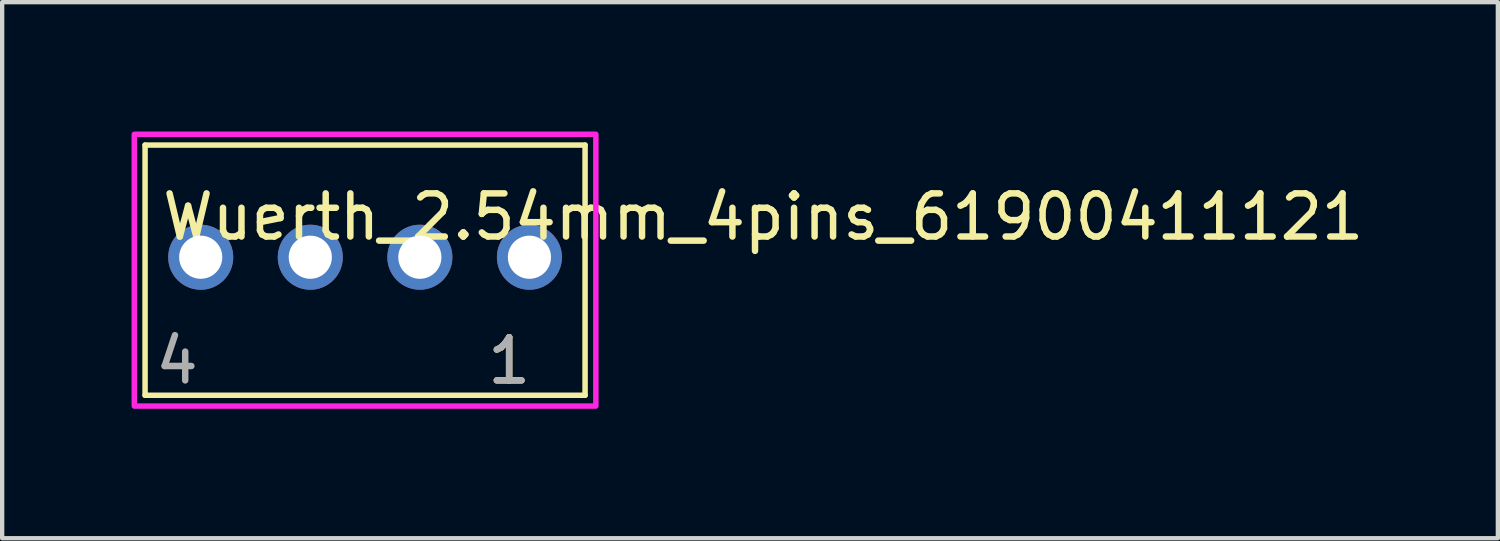
<source format=kicad_pcb>
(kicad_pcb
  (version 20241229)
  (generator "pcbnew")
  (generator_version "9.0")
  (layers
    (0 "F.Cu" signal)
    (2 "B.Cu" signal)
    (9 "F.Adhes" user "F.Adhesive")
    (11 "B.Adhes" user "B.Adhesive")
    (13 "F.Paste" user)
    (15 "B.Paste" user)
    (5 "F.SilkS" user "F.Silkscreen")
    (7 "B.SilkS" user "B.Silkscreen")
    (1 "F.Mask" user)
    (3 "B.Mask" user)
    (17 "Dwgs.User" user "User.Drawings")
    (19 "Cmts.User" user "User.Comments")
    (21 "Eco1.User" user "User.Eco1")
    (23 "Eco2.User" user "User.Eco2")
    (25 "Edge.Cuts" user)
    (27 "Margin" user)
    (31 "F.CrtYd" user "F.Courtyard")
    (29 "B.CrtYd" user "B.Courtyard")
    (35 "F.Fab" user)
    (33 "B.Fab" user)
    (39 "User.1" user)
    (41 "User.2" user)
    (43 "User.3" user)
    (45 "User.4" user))
  (footprint "Wuerth_2.54mm_4pins_61900411121"
    (layer "F.Cu")
    (at 5.413 2.913)
    (property "Reference" "Wuerth_2.54mm_4pins_61900411121" (at 9.23 -0.935 0) (layer "F.SilkS") (effects (font (size 1 1) (thickness 0.15))))
    (attr through_hole)
    (fp_line (start -5.1 -2.6) (end 5.1 -2.6) (stroke (width 0.127) (type solid)) (layer "F.SilkS"))
    (fp_line (start -5.1 3.2) (end -5.1 -2.6) (stroke (width 0.127) (type solid)) (layer "F.SilkS"))
    (fp_line (start 5.1 -2.6) (end 5.1 3.2) (stroke (width 0.127) (type solid)) (layer "F.SilkS"))
    (fp_line (start 5.1 3.2) (end -5.1 3.2) (stroke (width 0.127) (type solid)) (layer "F.SilkS"))
    (fp_poly (pts (xy -5.35 -2.85) (xy 5.35 -2.85) (xy 5.35 3.45) (xy -5.35 3.45)) (stroke (width 0.127) (type solid)) (fill no) (layer "F.CrtYd"))
    (fp_text user "1" (at 3.34 2.4 0) (layer "F.SilkS") (effects (font (size 1 1) (thickness 0.15))))
    (fp_text user "4" (at -4.36 2.4 0) (layer "F.Fab") (effects (font (size 1 1) (thickness 0.15))))
    (fp_text user "1" (at 3.34 2.4 0) (layer "F.Fab") (effects (font (size 1 1) (thickness 0.15))))
    (pad "1" thru_hole circle (at 3.81 0) (size 1.508 1.508) (drill 1) (layers "*.Cu" "*.Mask"))
    (pad "2" thru_hole circle (at 1.27 0) (size 1.508 1.508) (drill 1) (layers "*.Cu" "*.Mask"))
    (pad "3" thru_hole circle (at -1.27 0) (size 1.508 1.508) (drill 1) (layers "*.Cu" "*.Mask"))
    (pad "4" thru_hole circle (at -3.81 0) (size 1.508 1.508) (drill 1) (layers "*.Cu" "*.Mask")))
  (gr_rect
    (start -3 -3)
    (end 31.673 9.427)
    (stroke (width 0.1) (type default))
    (fill no)
    (layer "Edge.Cuts")))
</source>
